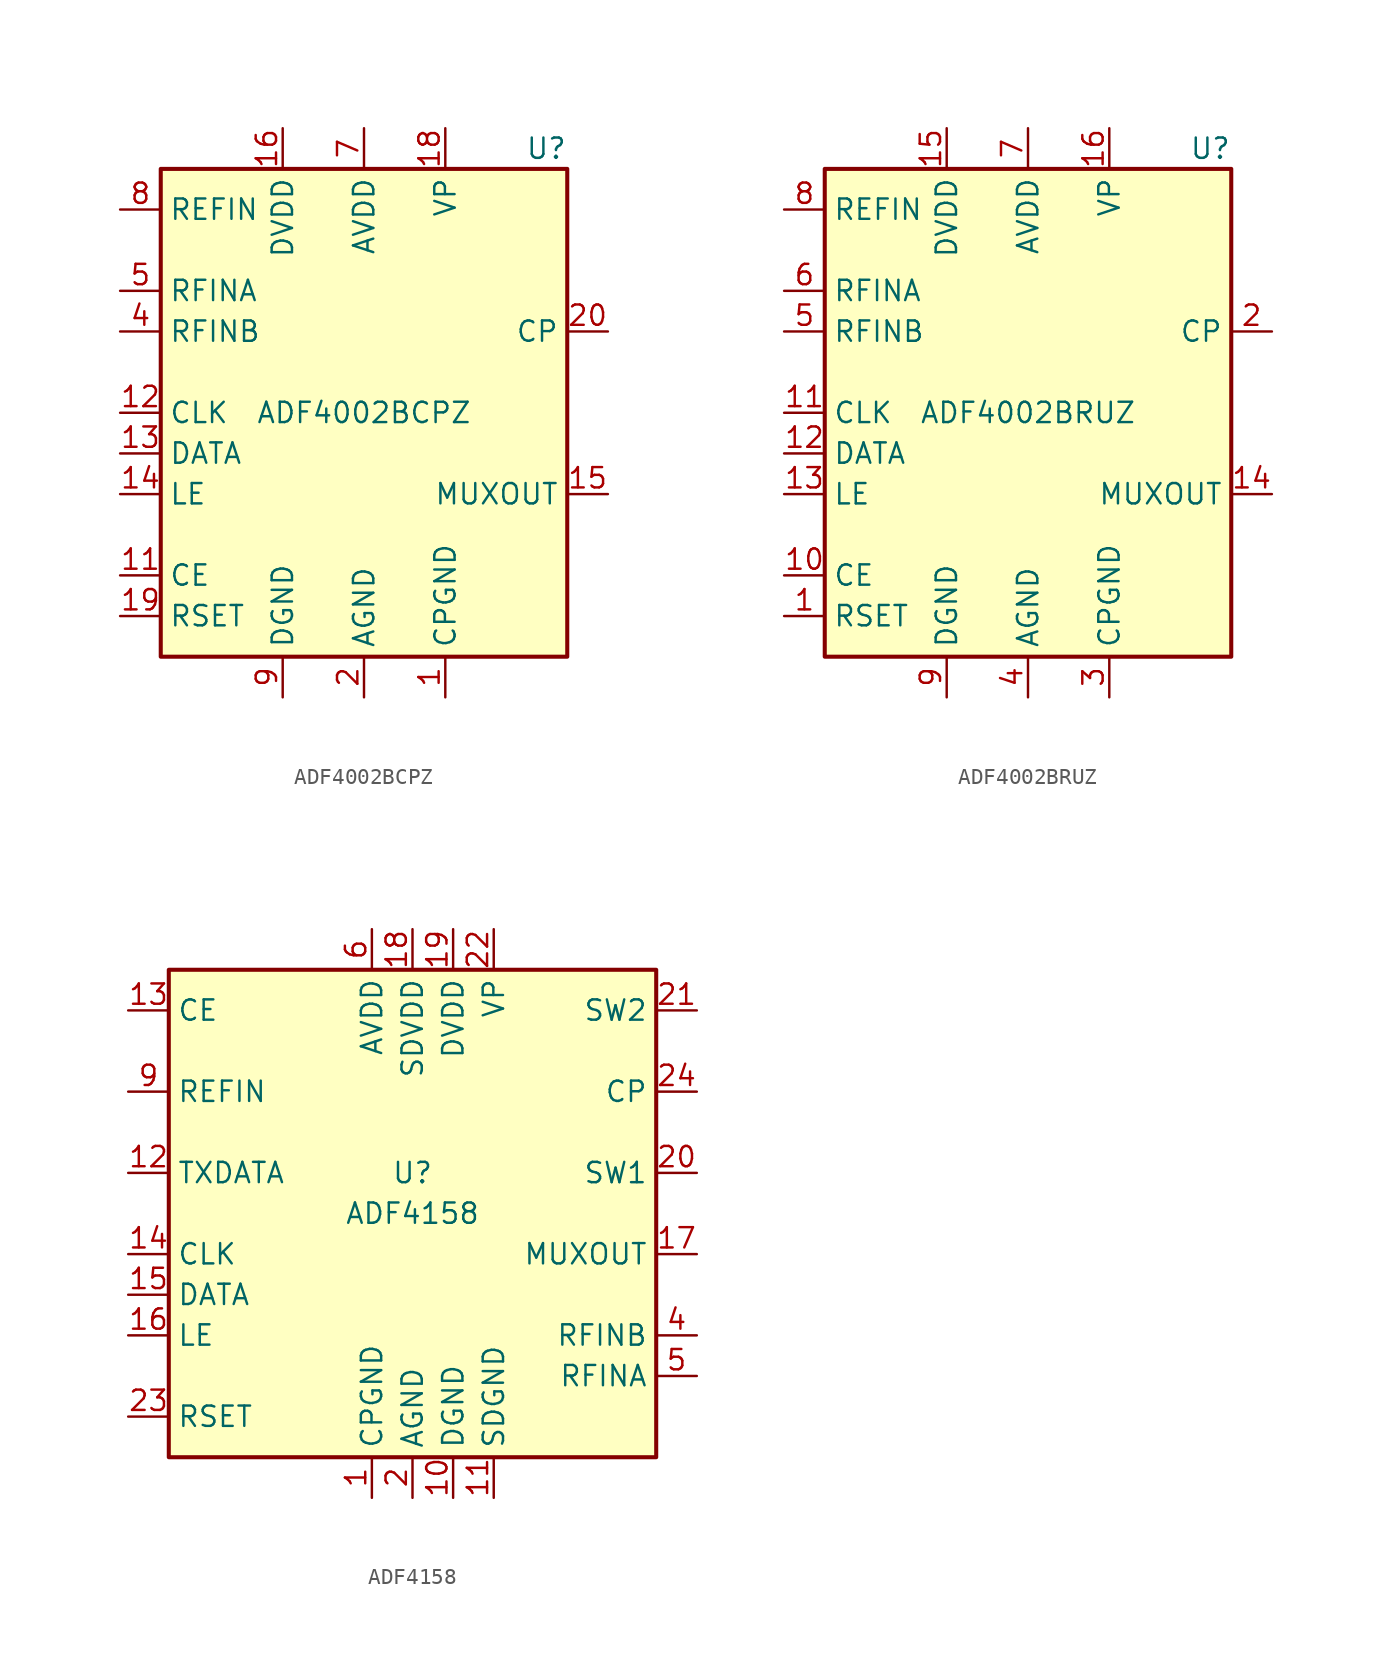
<source format=kicad_sym>
(kicad_symbol_lib
  (version 20201005)
  (generator kicad_symbol_editor)
  (symbol "Timer_PLL:ADF4002BCPZ"
    (property "Reference" "U"
      (at 12.7 16.51 0)
      (effects (font (size 1.27 1.27)) (justify right)))
    (property "Value" "ADF4002BCPZ"
      (at 0 0 0)
      (effects (font (size 1.27 1.27))))
    (symbol "ADF4002BCPZ_0_1"
      (rectangle (start -12.7 15.24) (end 12.7 -15.24) (stroke (width 0.254)) (fill (type background))))
    (symbol "ADF4002BCPZ_1_1"
      (pin power_in line (at 5.08 -17.78 90) (length 2.54) (name "CPGND" (effects (font (size 1.27 1.27)))) (number "1" (effects (font (size 1.27 1.27)))))
      (pin passive line (at -5.08 -17.78 90) (length 2.54) hide (name "DGND" (effects (font (size 1.27 1.27)))) (number "10" (effects (font (size 1.27 1.27)))))
      (pin input line (at -15.24 -10.16 0) (length 2.54) (name "CE" (effects (font (size 1.27 1.27)))) (number "11" (effects (font (size 1.27 1.27)))))
      (pin input line (at -15.24 0 0) (length 2.54) (name "CLK" (effects (font (size 1.27 1.27)))) (number "12" (effects (font (size 1.27 1.27)))))
      (pin input line (at -15.24 -2.54 0) (length 2.54) (name "DATA" (effects (font (size 1.27 1.27)))) (number "13" (effects (font (size 1.27 1.27)))))
      (pin input line (at -15.24 -5.08 0) (length 2.54) (name "LE" (effects (font (size 1.27 1.27)))) (number "14" (effects (font (size 1.27 1.27)))))
      (pin output line (at 15.24 -5.08 180) (length 2.54) (name "MUXOUT" (effects (font (size 1.27 1.27)))) (number "15" (effects (font (size 1.27 1.27)))))
      (pin power_in line (at -5.08 17.78 270) (length 2.54) (name "DVDD" (effects (font (size 1.27 1.27)))) (number "16" (effects (font (size 1.27 1.27)))))
      (pin passive line (at -5.08 17.78 270) (length 2.54) hide (name "DVDD" (effects (font (size 1.27 1.27)))) (number "17" (effects (font (size 1.27 1.27)))))
      (pin power_in line (at 5.08 17.78 270) (length 2.54) (name "VP" (effects (font (size 1.27 1.27)))) (number "18" (effects (font (size 1.27 1.27)))))
      (pin input line (at -15.24 -12.7 0) (length 2.54) (name "RSET" (effects (font (size 1.27 1.27)))) (number "19" (effects (font (size 1.27 1.27)))))
      (pin power_in line (at 0 -17.78 90) (length 2.54) (name "AGND" (effects (font (size 1.27 1.27)))) (number "2" (effects (font (size 1.27 1.27)))))
      (pin output line (at 15.24 5.08 180) (length 2.54) (name "CP" (effects (font (size 1.27 1.27)))) (number "20" (effects (font (size 1.27 1.27)))))
      (pin passive line (at 0 -17.78 90) (length 2.54) hide (name "AGND" (effects (font (size 1.27 1.27)))) (number "21" (effects (font (size 1.27 1.27)))))
      (pin passive line (at 0 -17.78 90) (length 2.54) hide (name "AGND" (effects (font (size 1.27 1.27)))) (number "3" (effects (font (size 1.27 1.27)))))
      (pin input line (at -15.24 5.08 0) (length 2.54) (name "RFINB" (effects (font (size 1.27 1.27)))) (number "4" (effects (font (size 1.27 1.27)))))
      (pin input line (at -15.24 7.62 0) (length 2.54) (name "RFINA" (effects (font (size 1.27 1.27)))) (number "5" (effects (font (size 1.27 1.27)))))
      (pin passive line (at 0 17.78 270) (length 2.54) hide (name "AVDD" (effects (font (size 1.27 1.27)))) (number "6" (effects (font (size 1.27 1.27)))))
      (pin power_in line (at 0 17.78 270) (length 2.54) (name "AVDD" (effects (font (size 1.27 1.27)))) (number "7" (effects (font (size 1.27 1.27)))))
      (pin input line (at -15.24 12.7 0) (length 2.54) (name "REFIN" (effects (font (size 1.27 1.27)))) (number "8" (effects (font (size 1.27 1.27)))))
      (pin power_in line (at -5.08 -17.78 90) (length 2.54) (name "DGND" (effects (font (size 1.27 1.27)))) (number "9" (effects (font (size 1.27 1.27)))))))
  (symbol "Timer_PLL:ADF4002BRUZ"
    (property "Reference" "U"
      (at 12.7 16.51 0)
      (effects (font (size 1.27 1.27)) (justify right)))
    (property "Value" "ADF4002BRUZ"
      (at 0 0 0)
      (effects (font (size 1.27 1.27))))
    (symbol "ADF4002BRUZ_0_1"
      (rectangle (start -12.7 15.24) (end 12.7 -15.24) (stroke (width 0.254)) (fill (type background))))
    (symbol "ADF4002BRUZ_1_1"
      (pin input line (at -15.24 -12.7 0) (length 2.54) (name "RSET" (effects (font (size 1.27 1.27)))) (number "1" (effects (font (size 1.27 1.27)))))
      (pin input line (at -15.24 -10.16 0) (length 2.54) (name "CE" (effects (font (size 1.27 1.27)))) (number "10" (effects (font (size 1.27 1.27)))))
      (pin input line (at -15.24 0 0) (length 2.54) (name "CLK" (effects (font (size 1.27 1.27)))) (number "11" (effects (font (size 1.27 1.27)))))
      (pin input line (at -15.24 -2.54 0) (length 2.54) (name "DATA" (effects (font (size 1.27 1.27)))) (number "12" (effects (font (size 1.27 1.27)))))
      (pin input line (at -15.24 -5.08 0) (length 2.54) (name "LE" (effects (font (size 1.27 1.27)))) (number "13" (effects (font (size 1.27 1.27)))))
      (pin output line (at 15.24 -5.08 180) (length 2.54) (name "MUXOUT" (effects (font (size 1.27 1.27)))) (number "14" (effects (font (size 1.27 1.27)))))
      (pin power_in line (at -5.08 17.78 270) (length 2.54) (name "DVDD" (effects (font (size 1.27 1.27)))) (number "15" (effects (font (size 1.27 1.27)))))
      (pin power_in line (at 5.08 17.78 270) (length 2.54) (name "VP" (effects (font (size 1.27 1.27)))) (number "16" (effects (font (size 1.27 1.27)))))
      (pin output line (at 15.24 5.08 180) (length 2.54) (name "CP" (effects (font (size 1.27 1.27)))) (number "2" (effects (font (size 1.27 1.27)))))
      (pin power_in line (at 5.08 -17.78 90) (length 2.54) (name "CPGND" (effects (font (size 1.27 1.27)))) (number "3" (effects (font (size 1.27 1.27)))))
      (pin power_in line (at 0 -17.78 90) (length 2.54) (name "AGND" (effects (font (size 1.27 1.27)))) (number "4" (effects (font (size 1.27 1.27)))))
      (pin input line (at -15.24 5.08 0) (length 2.54) (name "RFINB" (effects (font (size 1.27 1.27)))) (number "5" (effects (font (size 1.27 1.27)))))
      (pin input line (at -15.24 7.62 0) (length 2.54) (name "RFINA" (effects (font (size 1.27 1.27)))) (number "6" (effects (font (size 1.27 1.27)))))
      (pin power_in line (at 0 17.78 270) (length 2.54) (name "AVDD" (effects (font (size 1.27 1.27)))) (number "7" (effects (font (size 1.27 1.27)))))
      (pin input line (at -15.24 12.7 0) (length 2.54) (name "REFIN" (effects (font (size 1.27 1.27)))) (number "8" (effects (font (size 1.27 1.27)))))
      (pin power_in line (at -5.08 -17.78 90) (length 2.54) (name "DGND" (effects (font (size 1.27 1.27)))) (number "9" (effects (font (size 1.27 1.27)))))))
  (symbol "Timer_PLL:ADF4158"
    (property "Reference" "U"
      (at 0 2.54 0)
      (effects (font (size 1.27 1.27))))
    (property "Value" "ADF4158"
      (at 0 0 0)
      (effects (font (size 1.27 1.27))))
    (symbol "ADF4158_0_1"
      (rectangle (start -15.24 15.24) (end 15.24 -15.24) (stroke (width 0.254)) (fill (type background))))
    (symbol "ADF4158_1_1"
      (pin power_in line (at -2.54 -17.78 90) (length 2.54) (name "CPGND" (effects (font (size 1.27 1.27)))) (number "1" (effects (font (size 1.27 1.27)))))
      (pin power_in line (at 2.54 -17.78 90) (length 2.54) (name "DGND" (effects (font (size 1.27 1.27)))) (number "10" (effects (font (size 1.27 1.27)))))
      (pin power_in line (at 5.08 -17.78 90) (length 2.54) (name "SDGND" (effects (font (size 1.27 1.27)))) (number "11" (effects (font (size 1.27 1.27)))))
      (pin input line (at -17.78 2.54 0) (length 2.54) (name "TXDATA" (effects (font (size 1.27 1.27)))) (number "12" (effects (font (size 1.27 1.27)))))
      (pin input line (at -17.78 12.7 0) (length 2.54) (name "CE" (effects (font (size 1.27 1.27)))) (number "13" (effects (font (size 1.27 1.27)))))
      (pin input line (at -17.78 -2.54 0) (length 2.54) (name "CLK" (effects (font (size 1.27 1.27)))) (number "14" (effects (font (size 1.27 1.27)))))
      (pin input line (at -17.78 -5.08 0) (length 2.54) (name "DATA" (effects (font (size 1.27 1.27)))) (number "15" (effects (font (size 1.27 1.27)))))
      (pin input line (at -17.78 -7.62 0) (length 2.54) (name "LE" (effects (font (size 1.27 1.27)))) (number "16" (effects (font (size 1.27 1.27)))))
      (pin output line (at 17.78 -2.54 180) (length 2.54) (name "MUXOUT" (effects (font (size 1.27 1.27)))) (number "17" (effects (font (size 1.27 1.27)))))
      (pin power_in line (at 0 17.78 270) (length 2.54) (name "SDVDD" (effects (font (size 1.27 1.27)))) (number "18" (effects (font (size 1.27 1.27)))))
      (pin power_in line (at 2.54 17.78 270) (length 2.54) (name "DVDD" (effects (font (size 1.27 1.27)))) (number "19" (effects (font (size 1.27 1.27)))))
      (pin power_in line (at 0 -17.78 90) (length 2.54) (name "AGND" (effects (font (size 1.27 1.27)))) (number "2" (effects (font (size 1.27 1.27)))))
      (pin passive line (at 17.78 2.54 180) (length 2.54) (name "SW1" (effects (font (size 1.27 1.27)))) (number "20" (effects (font (size 1.27 1.27)))))
      (pin passive line (at 17.78 12.7 180) (length 2.54) (name "SW2" (effects (font (size 1.27 1.27)))) (number "21" (effects (font (size 1.27 1.27)))))
      (pin power_in line (at 5.08 17.78 270) (length 2.54) (name "VP" (effects (font (size 1.27 1.27)))) (number "22" (effects (font (size 1.27 1.27)))))
      (pin passive line (at -17.78 -12.7 0) (length 2.54) (name "RSET" (effects (font (size 1.27 1.27)))) (number "23" (effects (font (size 1.27 1.27)))))
      (pin output line (at 17.78 7.62 180) (length 2.54) (name "CP" (effects (font (size 1.27 1.27)))) (number "24" (effects (font (size 1.27 1.27)))))
      (pin passive line (at 0 -17.78 90) (length 2.54) hide (name "AGND" (effects (font (size 1.27 1.27)))) (number "25" (effects (font (size 1.27 1.27)))))
      (pin passive line (at 0 -17.78 90) (length 2.54) hide (name "AGND" (effects (font (size 1.27 1.27)))) (number "3" (effects (font (size 1.27 1.27)))))
      (pin input line (at 17.78 -7.62 180) (length 2.54) (name "RFINB" (effects (font (size 1.27 1.27)))) (number "4" (effects (font (size 1.27 1.27)))))
      (pin input line (at 17.78 -10.16 180) (length 2.54) (name "RFINA" (effects (font (size 1.27 1.27)))) (number "5" (effects (font (size 1.27 1.27)))))
      (pin power_in line (at -2.54 17.78 270) (length 2.54) (name "AVDD" (effects (font (size 1.27 1.27)))) (number "6" (effects (font (size 1.27 1.27)))))
      (pin passive line (at -2.54 17.78 270) (length 2.54) hide (name "AVDD" (effects (font (size 1.27 1.27)))) (number "7" (effects (font (size 1.27 1.27)))))
      (pin passive line (at -2.54 17.78 270) (length 2.54) hide (name "AVDD" (effects (font (size 1.27 1.27)))) (number "8" (effects (font (size 1.27 1.27)))))
      (pin input line (at -17.78 7.62 0) (length 2.54) (name "REFIN" (effects (font (size 1.27 1.27)))) (number "9" (effects (font (size 1.27 1.27))))))))
</source>
